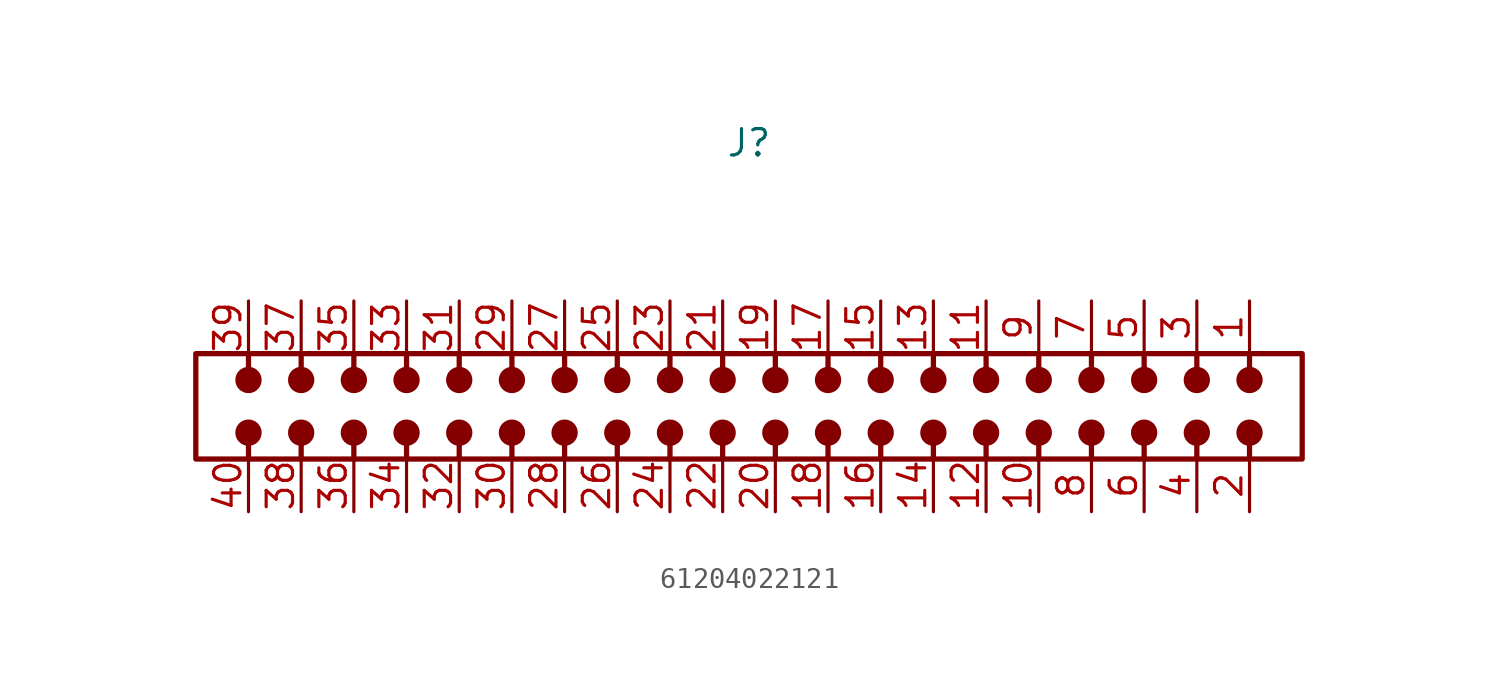
<source format=kicad_sym>
(kicad_symbol_lib
  (version 20241209)
  (generator "kicad_symbol_editor")
  (generator_version "9.0")
  (symbol "61204022121"
    (pin_names
      (hide yes))
    (property "Reference" "J"
      (at 0 12.7 0)
      (effects (font (size 1.27 1.27))))
    (symbol "61204022121_1_1"
      (rectangle (start -26.67 2.54) (end 26.67 -2.54) (stroke (width 0.254) (type solid)) (fill (type none)))
      (polyline (pts (xy -24.13 1.778) (xy -24.13 2.54)) (stroke (width 0.254) (type solid)) (fill (type none)))
      (circle (center -24.13 1.27) (radius 0.508) (stroke (width 0.254) (type solid)) (fill (type outline)))
      (circle (center -24.13 -1.27) (radius 0.508) (stroke (width 0.254) (type solid)) (fill (type outline)))
      (polyline (pts (xy -24.13 -1.778) (xy -24.13 -2.54)) (stroke (width 0.254) (type solid)) (fill (type none)))
      (polyline (pts (xy -21.59 1.778) (xy -21.59 2.54)) (stroke (width 0.254) (type solid)) (fill (type none)))
      (circle (center -21.59 1.27) (radius 0.508) (stroke (width 0.254) (type solid)) (fill (type outline)))
      (circle (center -21.59 -1.27) (radius 0.508) (stroke (width 0.254) (type solid)) (fill (type outline)))
      (polyline (pts (xy -21.59 -1.778) (xy -21.59 -2.54)) (stroke (width 0.254) (type solid)) (fill (type none)))
      (polyline (pts (xy -19.05 1.778) (xy -19.05 2.54)) (stroke (width 0.254) (type solid)) (fill (type none)))
      (circle (center -19.05 1.27) (radius 0.508) (stroke (width 0.254) (type solid)) (fill (type outline)))
      (circle (center -19.05 -1.27) (radius 0.508) (stroke (width 0.254) (type solid)) (fill (type outline)))
      (polyline (pts (xy -19.05 -1.778) (xy -19.05 -2.54)) (stroke (width 0.254) (type solid)) (fill (type none)))
      (polyline (pts (xy -16.51 1.778) (xy -16.51 2.54)) (stroke (width 0.254) (type solid)) (fill (type none)))
      (circle (center -16.51 1.27) (radius 0.508) (stroke (width 0.254) (type solid)) (fill (type outline)))
      (circle (center -16.51 -1.27) (radius 0.508) (stroke (width 0.254) (type solid)) (fill (type outline)))
      (polyline (pts (xy -16.51 -1.778) (xy -16.51 -2.54)) (stroke (width 0.254) (type solid)) (fill (type none)))
      (polyline (pts (xy -13.97 1.778) (xy -13.97 2.54)) (stroke (width 0.254) (type solid)) (fill (type none)))
      (circle (center -13.97 1.27) (radius 0.508) (stroke (width 0.254) (type solid)) (fill (type outline)))
      (circle (center -13.97 -1.27) (radius 0.508) (stroke (width 0.254) (type solid)) (fill (type outline)))
      (polyline (pts (xy -13.97 -1.778) (xy -13.97 -2.54)) (stroke (width 0.254) (type solid)) (fill (type none)))
      (polyline (pts (xy -11.43 1.778) (xy -11.43 2.54)) (stroke (width 0.254) (type solid)) (fill (type none)))
      (circle (center -11.43 1.27) (radius 0.508) (stroke (width 0.254) (type solid)) (fill (type outline)))
      (circle (center -11.43 -1.27) (radius 0.508) (stroke (width 0.254) (type solid)) (fill (type outline)))
      (polyline (pts (xy -11.43 -1.778) (xy -11.43 -2.54)) (stroke (width 0.254) (type solid)) (fill (type none)))
      (polyline (pts (xy -8.89 1.778) (xy -8.89 2.54)) (stroke (width 0.254) (type solid)) (fill (type none)))
      (circle (center -8.89 1.27) (radius 0.508) (stroke (width 0.254) (type solid)) (fill (type outline)))
      (circle (center -8.89 -1.27) (radius 0.508) (stroke (width 0.254) (type solid)) (fill (type outline)))
      (polyline (pts (xy -8.89 -1.778) (xy -8.89 -2.54)) (stroke (width 0.254) (type solid)) (fill (type none)))
      (polyline (pts (xy -6.35 1.778) (xy -6.35 2.54)) (stroke (width 0.254) (type solid)) (fill (type none)))
      (circle (center -6.35 1.27) (radius 0.508) (stroke (width 0.254) (type solid)) (fill (type outline)))
      (circle (center -6.35 -1.27) (radius 0.508) (stroke (width 0.254) (type solid)) (fill (type outline)))
      (polyline (pts (xy -6.35 -1.778) (xy -6.35 -2.54)) (stroke (width 0.254) (type solid)) (fill (type none)))
      (polyline (pts (xy -3.81 1.778) (xy -3.81 2.54)) (stroke (width 0.254) (type solid)) (fill (type none)))
      (circle (center -3.81 1.27) (radius 0.508) (stroke (width 0.254) (type solid)) (fill (type outline)))
      (circle (center -3.81 -1.27) (radius 0.508) (stroke (width 0.254) (type solid)) (fill (type outline)))
      (polyline (pts (xy -3.81 -1.778) (xy -3.81 -2.54)) (stroke (width 0.254) (type solid)) (fill (type none)))
      (polyline (pts (xy -1.27 1.778) (xy -1.27 2.54)) (stroke (width 0.254) (type solid)) (fill (type none)))
      (circle (center -1.27 1.27) (radius 0.508) (stroke (width 0.254) (type solid)) (fill (type outline)))
      (circle (center -1.27 -1.27) (radius 0.508) (stroke (width 0.254) (type solid)) (fill (type outline)))
      (polyline (pts (xy -1.27 -1.778) (xy -1.27 -2.54)) (stroke (width 0.254) (type solid)) (fill (type none)))
      (polyline (pts (xy 1.27 1.778) (xy 1.27 2.54)) (stroke (width 0.254) (type solid)) (fill (type none)))
      (circle (center 1.27 1.27) (radius 0.508) (stroke (width 0.254) (type solid)) (fill (type outline)))
      (circle (center 1.27 -1.27) (radius 0.508) (stroke (width 0.254) (type solid)) (fill (type outline)))
      (polyline (pts (xy 1.27 -1.778) (xy 1.27 -2.54)) (stroke (width 0.254) (type solid)) (fill (type none)))
      (polyline (pts (xy 3.81 1.778) (xy 3.81 2.54)) (stroke (width 0.254) (type solid)) (fill (type none)))
      (circle (center 3.81 1.27) (radius 0.508) (stroke (width 0.254) (type solid)) (fill (type outline)))
      (circle (center 3.81 -1.27) (radius 0.508) (stroke (width 0.254) (type solid)) (fill (type outline)))
      (polyline (pts (xy 3.81 -1.778) (xy 3.81 -2.54)) (stroke (width 0.254) (type solid)) (fill (type none)))
      (polyline (pts (xy 6.35 1.778) (xy 6.35 2.54)) (stroke (width 0.254) (type solid)) (fill (type none)))
      (circle (center 6.35 1.27) (radius 0.508) (stroke (width 0.254) (type solid)) (fill (type outline)))
      (circle (center 6.35 -1.27) (radius 0.508) (stroke (width 0.254) (type solid)) (fill (type outline)))
      (polyline (pts (xy 6.35 -1.778) (xy 6.35 -2.54)) (stroke (width 0.254) (type solid)) (fill (type none)))
      (polyline (pts (xy 8.89 1.778) (xy 8.89 2.54)) (stroke (width 0.254) (type solid)) (fill (type none)))
      (circle (center 8.89 1.27) (radius 0.508) (stroke (width 0.254) (type solid)) (fill (type outline)))
      (circle (center 8.89 -1.27) (radius 0.508) (stroke (width 0.254) (type solid)) (fill (type outline)))
      (polyline (pts (xy 8.89 -1.778) (xy 8.89 -2.54)) (stroke (width 0.254) (type solid)) (fill (type none)))
      (polyline (pts (xy 11.43 1.778) (xy 11.43 2.54)) (stroke (width 0.254) (type solid)) (fill (type none)))
      (circle (center 11.43 1.27) (radius 0.508) (stroke (width 0.254) (type solid)) (fill (type outline)))
      (circle (center 11.43 -1.27) (radius 0.508) (stroke (width 0.254) (type solid)) (fill (type outline)))
      (polyline (pts (xy 11.43 -1.778) (xy 11.43 -2.54)) (stroke (width 0.254) (type solid)) (fill (type none)))
      (polyline (pts (xy 13.97 1.778) (xy 13.97 2.54)) (stroke (width 0.254) (type solid)) (fill (type none)))
      (circle (center 13.97 1.27) (radius 0.508) (stroke (width 0.254) (type solid)) (fill (type outline)))
      (circle (center 13.97 -1.27) (radius 0.508) (stroke (width 0.254) (type solid)) (fill (type outline)))
      (polyline (pts (xy 13.97 -1.778) (xy 13.97 -2.54)) (stroke (width 0.254) (type solid)) (fill (type none)))
      (polyline (pts (xy 16.51 1.778) (xy 16.51 2.54)) (stroke (width 0.254) (type solid)) (fill (type none)))
      (circle (center 16.51 1.27) (radius 0.508) (stroke (width 0.254) (type solid)) (fill (type outline)))
      (circle (center 16.51 -1.27) (radius 0.508) (stroke (width 0.254) (type solid)) (fill (type outline)))
      (polyline (pts (xy 16.51 -1.778) (xy 16.51 -2.54)) (stroke (width 0.254) (type solid)) (fill (type none)))
      (polyline (pts (xy 19.05 1.778) (xy 19.05 2.54)) (stroke (width 0.254) (type solid)) (fill (type none)))
      (circle (center 19.05 1.27) (radius 0.508) (stroke (width 0.254) (type solid)) (fill (type outline)))
      (circle (center 19.05 -1.27) (radius 0.508) (stroke (width 0.254) (type solid)) (fill (type outline)))
      (polyline (pts (xy 19.05 -1.778) (xy 19.05 -2.54)) (stroke (width 0.254) (type solid)) (fill (type none)))
      (polyline (pts (xy 21.59 1.778) (xy 21.59 2.54)) (stroke (width 0.254) (type solid)) (fill (type none)))
      (circle (center 21.59 1.27) (radius 0.508) (stroke (width 0.254) (type solid)) (fill (type outline)))
      (circle (center 21.59 -1.27) (radius 0.508) (stroke (width 0.254) (type solid)) (fill (type outline)))
      (polyline (pts (xy 21.59 -1.778) (xy 21.59 -2.54)) (stroke (width 0.254) (type solid)) (fill (type none)))
      (polyline (pts (xy 24.13 1.778) (xy 24.13 2.54)) (stroke (width 0.254) (type solid)) (fill (type none)))
      (circle (center 24.13 1.27) (radius 0.508) (stroke (width 0.254) (type solid)) (fill (type outline)))
      (circle (center 24.13 -1.27) (radius 0.508) (stroke (width 0.254) (type solid)) (fill (type outline)))
      (polyline (pts (xy 24.13 -1.778) (xy 24.13 -2.54)) (stroke (width 0.254) (type solid)) (fill (type none)))
      (pin passive line (at -24.13 5.08 270) (length 2.54) (name "39" (effects (font (size 1.27 1.27)))) (number "39" (effects (font (size 1.27 1.27)))))
      (pin passive line (at -24.13 -5.08 90) (length 2.54) (name "40" (effects (font (size 1.27 1.27)))) (number "40" (effects (font (size 1.27 1.27)))))
      (pin passive line (at -21.59 5.08 270) (length 2.54) (name "37" (effects (font (size 1.27 1.27)))) (number "37" (effects (font (size 1.27 1.27)))))
      (pin passive line (at -21.59 -5.08 90) (length 2.54) (name "38" (effects (font (size 1.27 1.27)))) (number "38" (effects (font (size 1.27 1.27)))))
      (pin passive line (at -19.05 5.08 270) (length 2.54) (name "35" (effects (font (size 1.27 1.27)))) (number "35" (effects (font (size 1.27 1.27)))))
      (pin passive line (at -19.05 -5.08 90) (length 2.54) (name "36" (effects (font (size 1.27 1.27)))) (number "36" (effects (font (size 1.27 1.27)))))
      (pin passive line (at -16.51 5.08 270) (length 2.54) (name "33" (effects (font (size 1.27 1.27)))) (number "33" (effects (font (size 1.27 1.27)))))
      (pin passive line (at -16.51 -5.08 90) (length 2.54) (name "34" (effects (font (size 1.27 1.27)))) (number "34" (effects (font (size 1.27 1.27)))))
      (pin passive line (at -13.97 5.08 270) (length 2.54) (name "31" (effects (font (size 1.27 1.27)))) (number "31" (effects (font (size 1.27 1.27)))))
      (pin passive line (at -13.97 -5.08 90) (length 2.54) (name "32" (effects (font (size 1.27 1.27)))) (number "32" (effects (font (size 1.27 1.27)))))
      (pin passive line (at -11.43 5.08 270) (length 2.54) (name "29" (effects (font (size 1.27 1.27)))) (number "29" (effects (font (size 1.27 1.27)))))
      (pin passive line (at -11.43 -5.08 90) (length 2.54) (name "30" (effects (font (size 1.27 1.27)))) (number "30" (effects (font (size 1.27 1.27)))))
      (pin passive line (at -8.89 5.08 270) (length 2.54) (name "27" (effects (font (size 1.27 1.27)))) (number "27" (effects (font (size 1.27 1.27)))))
      (pin passive line (at -8.89 -5.08 90) (length 2.54) (name "28" (effects (font (size 1.27 1.27)))) (number "28" (effects (font (size 1.27 1.27)))))
      (pin passive line (at -6.35 5.08 270) (length 2.54) (name "25" (effects (font (size 1.27 1.27)))) (number "25" (effects (font (size 1.27 1.27)))))
      (pin passive line (at -6.35 -5.08 90) (length 2.54) (name "26" (effects (font (size 1.27 1.27)))) (number "26" (effects (font (size 1.27 1.27)))))
      (pin passive line (at -3.81 5.08 270) (length 2.54) (name "23" (effects (font (size 1.27 1.27)))) (number "23" (effects (font (size 1.27 1.27)))))
      (pin passive line (at -3.81 -5.08 90) (length 2.54) (name "24" (effects (font (size 1.27 1.27)))) (number "24" (effects (font (size 1.27 1.27)))))
      (pin passive line (at -1.27 5.08 270) (length 2.54) (name "21" (effects (font (size 1.27 1.27)))) (number "21" (effects (font (size 1.27 1.27)))))
      (pin passive line (at -1.27 -5.08 90) (length 2.54) (name "22" (effects (font (size 1.27 1.27)))) (number "22" (effects (font (size 1.27 1.27)))))
      (pin passive line (at 1.27 5.08 270) (length 2.54) (name "19" (effects (font (size 1.27 1.27)))) (number "19" (effects (font (size 1.27 1.27)))))
      (pin passive line (at 1.27 -5.08 90) (length 2.54) (name "20" (effects (font (size 1.27 1.27)))) (number "20" (effects (font (size 1.27 1.27)))))
      (pin passive line (at 3.81 5.08 270) (length 2.54) (name "17" (effects (font (size 1.27 1.27)))) (number "17" (effects (font (size 1.27 1.27)))))
      (pin passive line (at 3.81 -5.08 90) (length 2.54) (name "18" (effects (font (size 1.27 1.27)))) (number "18" (effects (font (size 1.27 1.27)))))
      (pin passive line (at 6.35 5.08 270) (length 2.54) (name "15" (effects (font (size 1.27 1.27)))) (number "15" (effects (font (size 1.27 1.27)))))
      (pin passive line (at 6.35 -5.08 90) (length 2.54) (name "16" (effects (font (size 1.27 1.27)))) (number "16" (effects (font (size 1.27 1.27)))))
      (pin passive line (at 8.89 5.08 270) (length 2.54) (name "13" (effects (font (size 1.27 1.27)))) (number "13" (effects (font (size 1.27 1.27)))))
      (pin passive line (at 8.89 -5.08 90) (length 2.54) (name "14" (effects (font (size 1.27 1.27)))) (number "14" (effects (font (size 1.27 1.27)))))
      (pin passive line (at 11.43 5.08 270) (length 2.54) (name "11" (effects (font (size 1.27 1.27)))) (number "11" (effects (font (size 1.27 1.27)))))
      (pin passive line (at 11.43 -5.08 90) (length 2.54) (name "12" (effects (font (size 1.27 1.27)))) (number "12" (effects (font (size 1.27 1.27)))))
      (pin passive line (at 13.97 5.08 270) (length 2.54) (name "9" (effects (font (size 1.27 1.27)))) (number "9" (effects (font (size 1.27 1.27)))))
      (pin passive line (at 13.97 -5.08 90) (length 2.54) (name "10" (effects (font (size 1.27 1.27)))) (number "10" (effects (font (size 1.27 1.27)))))
      (pin passive line (at 16.51 5.08 270) (length 2.54) (name "7" (effects (font (size 1.27 1.27)))) (number "7" (effects (font (size 1.27 1.27)))))
      (pin passive line (at 16.51 -5.08 90) (length 2.54) (name "8" (effects (font (size 1.27 1.27)))) (number "8" (effects (font (size 1.27 1.27)))))
      (pin passive line (at 19.05 5.08 270) (length 2.54) (name "5" (effects (font (size 1.27 1.27)))) (number "5" (effects (font (size 1.27 1.27)))))
      (pin passive line (at 19.05 -5.08 90) (length 2.54) (name "6" (effects (font (size 1.27 1.27)))) (number "6" (effects (font (size 1.27 1.27)))))
      (pin passive line (at 21.59 5.08 270) (length 2.54) (name "3" (effects (font (size 1.27 1.27)))) (number "3" (effects (font (size 1.27 1.27)))))
      (pin passive line (at 21.59 -5.08 90) (length 2.54) (name "4" (effects (font (size 1.27 1.27)))) (number "4" (effects (font (size 1.27 1.27)))))
      (pin passive line (at 24.13 5.08 270) (length 2.54) (name "1" (effects (font (size 1.27 1.27)))) (number "1" (effects (font (size 1.27 1.27)))))
      (pin passive line (at 24.13 -5.08 90) (length 2.54) (name "2" (effects (font (size 1.27 1.27)))) (number "2" (effects (font (size 1.27 1.27))))))))
</source>
